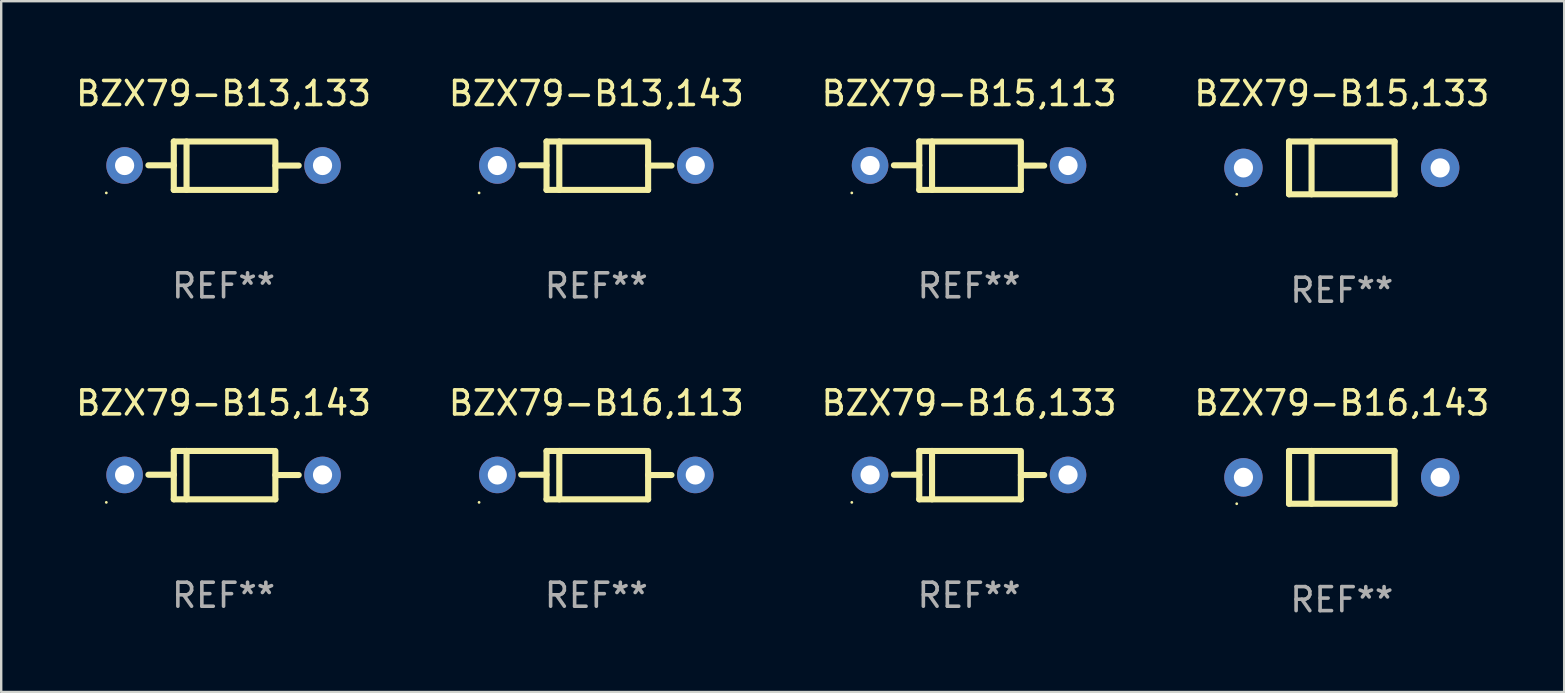
<source format=kicad_pcb>
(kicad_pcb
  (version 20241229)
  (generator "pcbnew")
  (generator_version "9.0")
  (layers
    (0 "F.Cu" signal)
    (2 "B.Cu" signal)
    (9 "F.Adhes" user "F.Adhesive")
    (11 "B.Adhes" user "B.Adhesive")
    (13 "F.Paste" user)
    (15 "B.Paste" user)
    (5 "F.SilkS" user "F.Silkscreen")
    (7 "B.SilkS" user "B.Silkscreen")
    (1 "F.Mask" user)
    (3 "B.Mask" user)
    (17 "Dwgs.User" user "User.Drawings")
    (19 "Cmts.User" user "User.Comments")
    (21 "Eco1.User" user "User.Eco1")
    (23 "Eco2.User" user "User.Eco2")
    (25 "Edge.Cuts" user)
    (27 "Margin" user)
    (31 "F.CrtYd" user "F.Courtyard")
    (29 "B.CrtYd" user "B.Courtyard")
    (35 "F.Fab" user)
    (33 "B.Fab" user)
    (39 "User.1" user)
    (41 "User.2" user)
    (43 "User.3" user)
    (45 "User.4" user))
  (footprint "BZX79-B13,143"
    (layer "F.Cu")
    (at 21.804 3.856)
    (property "Reference" "BZX79-B13,143" (at 0 -3.008 0) (layer "F.SilkS") (effects (font (size 1 1) (thickness 0.15))))
    (attr through_hole)
    (fp_line (start -2.075 -1.008) (end -2.075 1.008) (stroke (width 0.254) (type solid)) (layer "F.SilkS"))
    (fp_line (start -2.075 -0.017) (end -3.132 -0.017) (stroke (width 0.254) (type solid)) (layer "F.SilkS"))
    (fp_line (start -2.075 1.008) (end 2.159 1.008) (stroke (width 0.254) (type solid)) (layer "F.SilkS"))
    (fp_line (start -1.543 -1.008) (end -1.543 1.008) (stroke (width 0.254) (type solid)) (layer "F.SilkS"))
    (fp_line (start 2.075 -1.008) (end -2.075 -1.008) (stroke (width 0.254) (type solid)) (layer "F.SilkS"))
    (fp_line (start 2.159 -0.005) (end 3.132 -0.005) (stroke (width 0.254) (type solid)) (layer "F.SilkS"))
    (fp_line (start 2.159 1.008) (end 2.159 -1.008) (stroke (width 0.254) (type solid)) (layer "F.SilkS"))
    (fp_circle (center -4.887 1.135) (end -4.857 1.135) (stroke (width 0.06) (type solid)) (fill no) (layer "F.SilkS"))
    (fp_text user "REF**" (at 0 5.008 0) (layer "F.Fab") (effects (font (size 1 1) (thickness 0.15))))
    (pad "1" thru_hole circle (at -4.125 -0.008) (size 1.524 1.524) (drill 0.8) (layers "*.Cu" "*.Mask"))
    (pad "2" thru_hole circle (at 4.125 -0.008) (size 1.524 1.524) (drill 0.8) (layers "*.Cu" "*.Mask")))
  (footprint "BZX79-B16,143"
    (layer "F.Cu")
    (at 52.875 16.845)
    (property "Reference" "BZX79-B16,143" (at 0 -3.1 0) (layer "F.SilkS") (effects (font (size 1 1) (thickness 0.15))))
    (attr through_hole)
    (fp_line (start -2.2 -1.1) (end -2.2 1.1) (stroke (width 0.254) (type solid)) (layer "F.SilkS"))
    (fp_line (start -2.2 -1.1) (end 2.2 -1.1) (stroke (width 0.254) (type solid)) (layer "F.SilkS"))
    (fp_line (start -2.2 1.1) (end 2.2 1.1) (stroke (width 0.254) (type solid)) (layer "F.SilkS"))
    (fp_line (start -1.261 -1.1) (end -1.261 1.1) (stroke (width 0.254) (type solid)) (layer "F.SilkS"))
    (fp_line (start 2.2 -1.1) (end 2.2 1.1) (stroke (width 0.254) (type solid)) (layer "F.SilkS"))
    (fp_circle (center -4.38 1.1) (end -4.35 1.1) (stroke (width 0.06) (type solid)) (fill no) (layer "F.SilkS"))
    (fp_text user "REF**" (at 0 5.1 0) (layer "F.Fab") (effects (font (size 1 1) (thickness 0.15))))
    (pad "1" thru_hole circle (at -4.1 0) (size 1.6 1.6) (drill 0.8) (layers "*.Cu" "*.Mask"))
    (pad "2" thru_hole circle (at 4.1 0) (size 1.6 1.6) (drill 0.8) (layers "*.Cu" "*.Mask")))
  (footprint "BZX79-B15,143"
    (layer "F.Cu")
    (at 6.268 16.753)
    (property "Reference" "BZX79-B15,143" (at 0 -3.008 0) (layer "F.SilkS") (effects (font (size 1 1) (thickness 0.15))))
    (attr through_hole)
    (fp_line (start -2.075 -1.008) (end -2.075 1.008) (stroke (width 0.254) (type solid)) (layer "F.SilkS"))
    (fp_line (start -2.075 -0.017) (end -3.132 -0.017) (stroke (width 0.254) (type solid)) (layer "F.SilkS"))
    (fp_line (start -2.075 1.008) (end 2.159 1.008) (stroke (width 0.254) (type solid)) (layer "F.SilkS"))
    (fp_line (start -1.543 -1.008) (end -1.543 1.008) (stroke (width 0.254) (type solid)) (layer "F.SilkS"))
    (fp_line (start 2.075 -1.008) (end -2.075 -1.008) (stroke (width 0.254) (type solid)) (layer "F.SilkS"))
    (fp_line (start 2.159 -0.005) (end 3.132 -0.005) (stroke (width 0.254) (type solid)) (layer "F.SilkS"))
    (fp_line (start 2.159 1.008) (end 2.159 -1.008) (stroke (width 0.254) (type solid)) (layer "F.SilkS"))
    (fp_circle (center -4.887 1.135) (end -4.857 1.135) (stroke (width 0.06) (type solid)) (fill no) (layer "F.SilkS"))
    (fp_text user "REF**" (at 0 5.008 0) (layer "F.Fab") (effects (font (size 1 1) (thickness 0.15))))
    (pad "1" thru_hole circle (at -4.125 -0.008) (size 1.524 1.524) (drill 0.8) (layers "*.Cu" "*.Mask"))
    (pad "2" thru_hole circle (at 4.125 -0.008) (size 1.524 1.524) (drill 0.8) (layers "*.Cu" "*.Mask")))
  (footprint "BZX79-B16,113"
    (layer "F.Cu")
    (at 21.804 16.753)
    (property "Reference" "BZX79-B16,113" (at 0 -3.008 0) (layer "F.SilkS") (effects (font (size 1 1) (thickness 0.15))))
    (attr through_hole)
    (fp_line (start -2.075 -1.008) (end -2.075 1.008) (stroke (width 0.254) (type solid)) (layer "F.SilkS"))
    (fp_line (start -2.075 -0.017) (end -3.132 -0.017) (stroke (width 0.254) (type solid)) (layer "F.SilkS"))
    (fp_line (start -2.075 1.008) (end 2.159 1.008) (stroke (width 0.254) (type solid)) (layer "F.SilkS"))
    (fp_line (start -1.543 -1.008) (end -1.543 1.008) (stroke (width 0.254) (type solid)) (layer "F.SilkS"))
    (fp_line (start 2.075 -1.008) (end -2.075 -1.008) (stroke (width 0.254) (type solid)) (layer "F.SilkS"))
    (fp_line (start 2.159 -0.005) (end 3.132 -0.005) (stroke (width 0.254) (type solid)) (layer "F.SilkS"))
    (fp_line (start 2.159 1.008) (end 2.159 -1.008) (stroke (width 0.254) (type solid)) (layer "F.SilkS"))
    (fp_circle (center -4.887 1.135) (end -4.857 1.135) (stroke (width 0.06) (type solid)) (fill no) (layer "F.SilkS"))
    (fp_text user "REF**" (at 0 5.008 0) (layer "F.Fab") (effects (font (size 1 1) (thickness 0.15))))
    (pad "1" thru_hole circle (at -4.125 -0.008) (size 1.524 1.524) (drill 0.8) (layers "*.Cu" "*.Mask"))
    (pad "2" thru_hole circle (at 4.125 -0.008) (size 1.524 1.524) (drill 0.8) (layers "*.Cu" "*.Mask")))
  (footprint "BZX79-B15,113"
    (layer "F.Cu")
    (at 37.339 3.856)
    (property "Reference" "BZX79-B15,113" (at 0 -3.008 0) (layer "F.SilkS") (effects (font (size 1 1) (thickness 0.15))))
    (attr through_hole)
    (fp_line (start -2.075 -1.008) (end -2.075 1.008) (stroke (width 0.254) (type solid)) (layer "F.SilkS"))
    (fp_line (start -2.075 -0.017) (end -3.132 -0.017) (stroke (width 0.254) (type solid)) (layer "F.SilkS"))
    (fp_line (start -2.075 1.008) (end 2.159 1.008) (stroke (width 0.254) (type solid)) (layer "F.SilkS"))
    (fp_line (start -1.543 -1.008) (end -1.543 1.008) (stroke (width 0.254) (type solid)) (layer "F.SilkS"))
    (fp_line (start 2.075 -1.008) (end -2.075 -1.008) (stroke (width 0.254) (type solid)) (layer "F.SilkS"))
    (fp_line (start 2.159 -0.005) (end 3.132 -0.005) (stroke (width 0.254) (type solid)) (layer "F.SilkS"))
    (fp_line (start 2.159 1.008) (end 2.159 -1.008) (stroke (width 0.254) (type solid)) (layer "F.SilkS"))
    (fp_circle (center -4.887 1.135) (end -4.857 1.135) (stroke (width 0.06) (type solid)) (fill no) (layer "F.SilkS"))
    (fp_text user "REF**" (at 0 5.008 0) (layer "F.Fab") (effects (font (size 1 1) (thickness 0.15))))
    (pad "1" thru_hole circle (at -4.125 -0.008) (size 1.524 1.524) (drill 0.8) (layers "*.Cu" "*.Mask"))
    (pad "2" thru_hole circle (at 4.125 -0.008) (size 1.524 1.524) (drill 0.8) (layers "*.Cu" "*.Mask")))
  (footprint "BZX79-B15,133"
    (layer "F.Cu")
    (at 52.875 3.948)
    (property "Reference" "BZX79-B15,133" (at 0 -3.1 0) (layer "F.SilkS") (effects (font (size 1 1) (thickness 0.15))))
    (attr through_hole)
    (fp_line (start -2.2 -1.1) (end -2.2 1.1) (stroke (width 0.254) (type solid)) (layer "F.SilkS"))
    (fp_line (start -2.2 -1.1) (end 2.2 -1.1) (stroke (width 0.254) (type solid)) (layer "F.SilkS"))
    (fp_line (start -2.2 1.1) (end 2.2 1.1) (stroke (width 0.254) (type solid)) (layer "F.SilkS"))
    (fp_line (start -1.261 -1.1) (end -1.261 1.1) (stroke (width 0.254) (type solid)) (layer "F.SilkS"))
    (fp_line (start 2.2 -1.1) (end 2.2 1.1) (stroke (width 0.254) (type solid)) (layer "F.SilkS"))
    (fp_circle (center -4.38 1.1) (end -4.35 1.1) (stroke (width 0.06) (type solid)) (fill no) (layer "F.SilkS"))
    (fp_text user "REF**" (at 0 5.1 0) (layer "F.Fab") (effects (font (size 1 1) (thickness 0.15))))
    (pad "1" thru_hole circle (at -4.1 0) (size 1.6 1.6) (drill 0.8) (layers "*.Cu" "*.Mask"))
    (pad "2" thru_hole circle (at 4.1 0) (size 1.6 1.6) (drill 0.8) (layers "*.Cu" "*.Mask")))
  (footprint "BZX79-B13,133"
    (layer "F.Cu")
    (at 6.268 3.856)
    (property "Reference" "BZX79-B13,133" (at 0 -3.008 0) (layer "F.SilkS") (effects (font (size 1 1) (thickness 0.15))))
    (attr through_hole)
    (fp_line (start -2.075 -1.008) (end -2.075 1.008) (stroke (width 0.254) (type solid)) (layer "F.SilkS"))
    (fp_line (start -2.075 -0.017) (end -3.132 -0.017) (stroke (width 0.254) (type solid)) (layer "F.SilkS"))
    (fp_line (start -2.075 1.008) (end 2.159 1.008) (stroke (width 0.254) (type solid)) (layer "F.SilkS"))
    (fp_line (start -1.543 -1.008) (end -1.543 1.008) (stroke (width 0.254) (type solid)) (layer "F.SilkS"))
    (fp_line (start 2.075 -1.008) (end -2.075 -1.008) (stroke (width 0.254) (type solid)) (layer "F.SilkS"))
    (fp_line (start 2.159 -0.005) (end 3.132 -0.005) (stroke (width 0.254) (type solid)) (layer "F.SilkS"))
    (fp_line (start 2.159 1.008) (end 2.159 -1.008) (stroke (width 0.254) (type solid)) (layer "F.SilkS"))
    (fp_circle (center -4.887 1.135) (end -4.857 1.135) (stroke (width 0.06) (type solid)) (fill no) (layer "F.SilkS"))
    (fp_text user "REF**" (at 0 5.008 0) (layer "F.Fab") (effects (font (size 1 1) (thickness 0.15))))
    (pad "1" thru_hole circle (at -4.125 -0.008) (size 1.524 1.524) (drill 0.8) (layers "*.Cu" "*.Mask"))
    (pad "2" thru_hole circle (at 4.125 -0.008) (size 1.524 1.524) (drill 0.8) (layers "*.Cu" "*.Mask")))
  (footprint "BZX79-B16,133"
    (layer "F.Cu")
    (at 37.339 16.753)
    (property "Reference" "BZX79-B16,133" (at 0 -3.008 0) (layer "F.SilkS") (effects (font (size 1 1) (thickness 0.15))))
    (attr through_hole)
    (fp_line (start -2.075 -1.008) (end -2.075 1.008) (stroke (width 0.254) (type solid)) (layer "F.SilkS"))
    (fp_line (start -2.075 -0.017) (end -3.132 -0.017) (stroke (width 0.254) (type solid)) (layer "F.SilkS"))
    (fp_line (start -2.075 1.008) (end 2.159 1.008) (stroke (width 0.254) (type solid)) (layer "F.SilkS"))
    (fp_line (start -1.543 -1.008) (end -1.543 1.008) (stroke (width 0.254) (type solid)) (layer "F.SilkS"))
    (fp_line (start 2.075 -1.008) (end -2.075 -1.008) (stroke (width 0.254) (type solid)) (layer "F.SilkS"))
    (fp_line (start 2.159 -0.005) (end 3.132 -0.005) (stroke (width 0.254) (type solid)) (layer "F.SilkS"))
    (fp_line (start 2.159 1.008) (end 2.159 -1.008) (stroke (width 0.254) (type solid)) (layer "F.SilkS"))
    (fp_circle (center -4.887 1.135) (end -4.857 1.135) (stroke (width 0.06) (type solid)) (fill no) (layer "F.SilkS"))
    (fp_text user "REF**" (at 0 5.008 0) (layer "F.Fab") (effects (font (size 1 1) (thickness 0.15))))
    (pad "1" thru_hole circle (at -4.125 -0.008) (size 1.524 1.524) (drill 0.8) (layers "*.Cu" "*.Mask"))
    (pad "2" thru_hole circle (at 4.125 -0.008) (size 1.524 1.524) (drill 0.8) (layers "*.Cu" "*.Mask")))
  (gr_rect
    (start -3 -3)
    (end 62.143 25.793)
    (stroke (width 0.1) (type default))
    (fill no)
    (layer "Edge.Cuts")))
</source>
